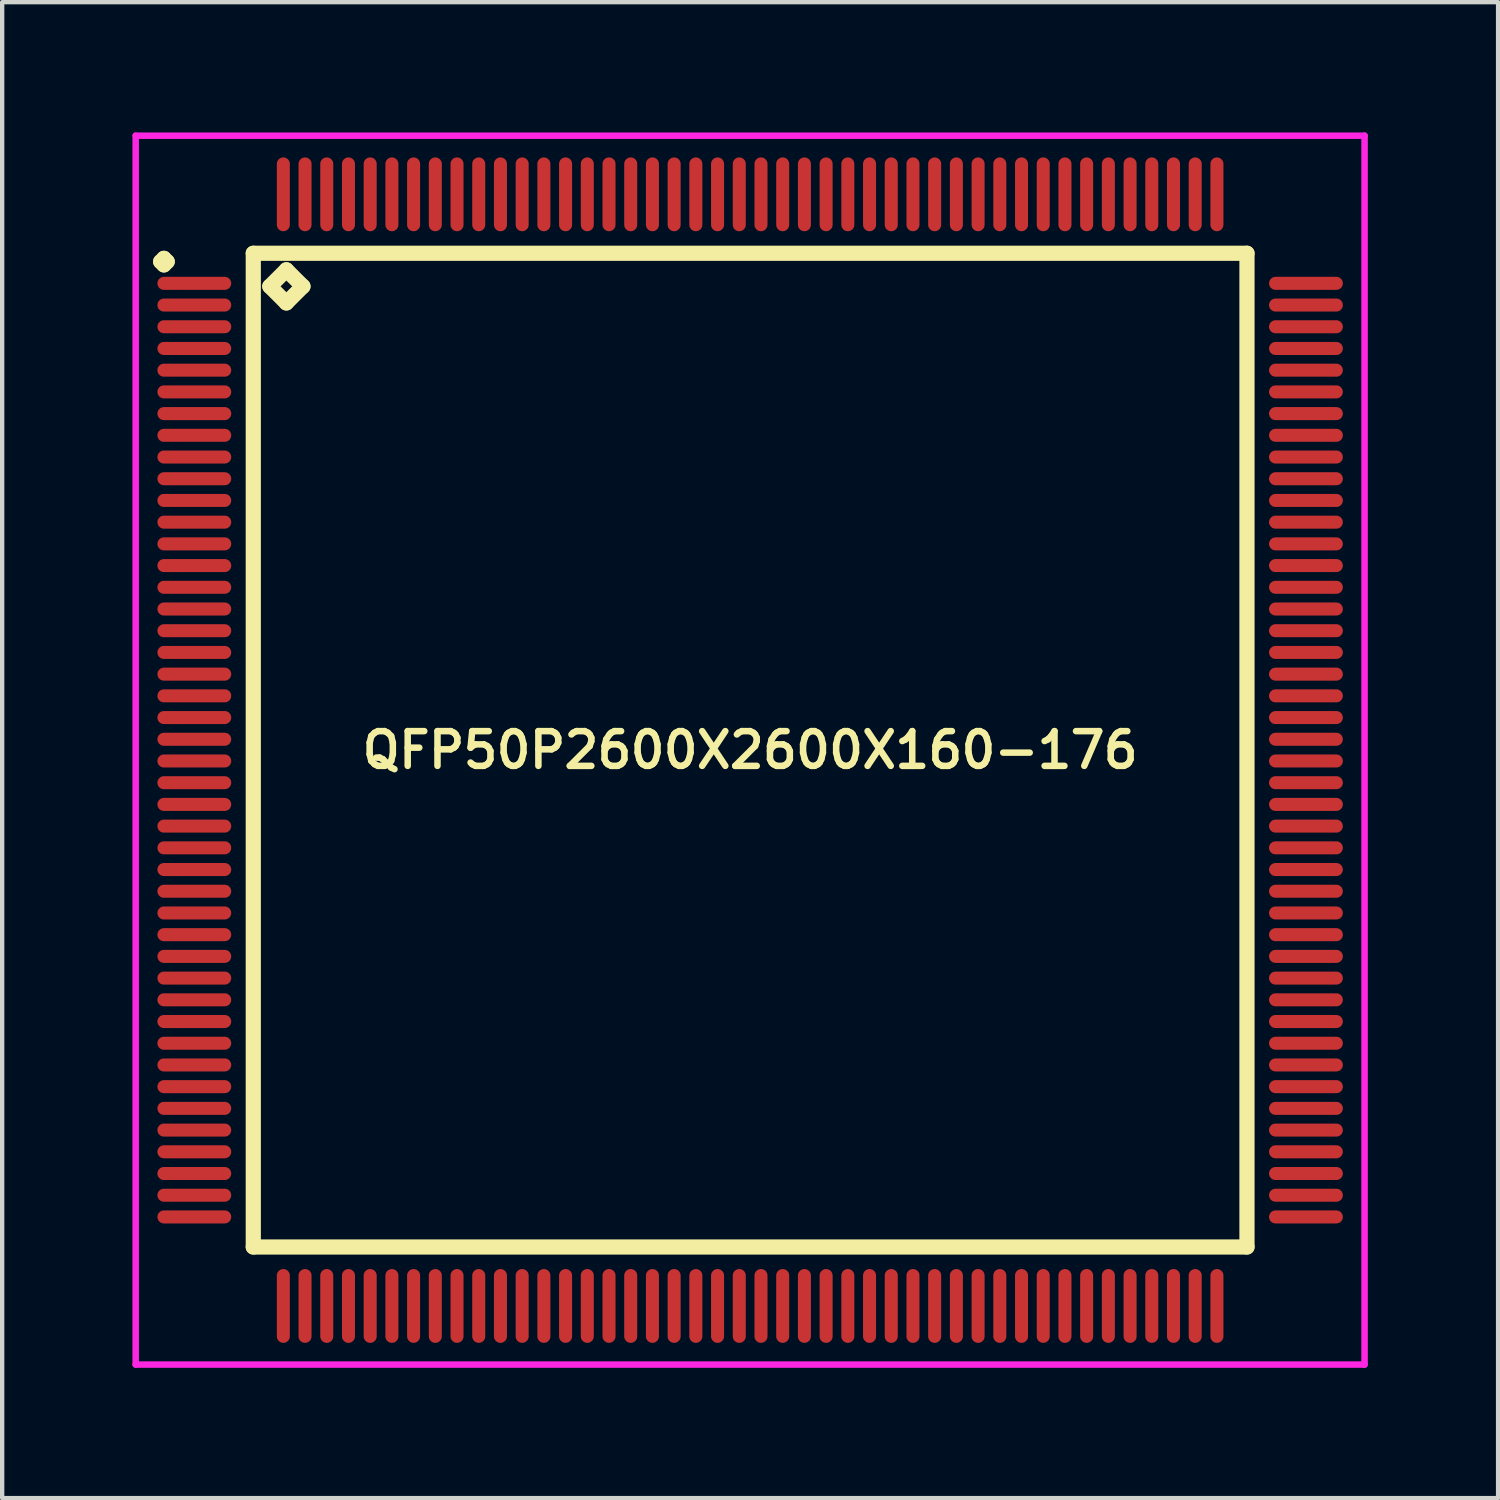
<source format=kicad_pcb>
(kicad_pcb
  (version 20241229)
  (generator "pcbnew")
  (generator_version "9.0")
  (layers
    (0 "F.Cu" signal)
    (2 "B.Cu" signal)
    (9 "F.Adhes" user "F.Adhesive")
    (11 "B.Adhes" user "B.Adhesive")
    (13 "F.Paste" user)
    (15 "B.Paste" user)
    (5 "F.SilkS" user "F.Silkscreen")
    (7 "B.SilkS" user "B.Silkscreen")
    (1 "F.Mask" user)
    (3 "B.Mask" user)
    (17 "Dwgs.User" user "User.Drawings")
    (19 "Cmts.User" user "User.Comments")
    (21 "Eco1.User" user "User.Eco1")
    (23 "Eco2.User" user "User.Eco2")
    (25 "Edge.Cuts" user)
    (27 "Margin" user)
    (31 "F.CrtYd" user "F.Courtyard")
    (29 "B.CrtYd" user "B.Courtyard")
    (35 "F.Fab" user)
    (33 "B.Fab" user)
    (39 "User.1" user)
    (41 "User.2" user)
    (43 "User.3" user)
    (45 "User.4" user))
  (footprint "QFP50P2600X2600X160-176"
    (layer "F.Cu")
    (at 14.225 14.225)
    (property "Reference" "QFP50P2600X2600X160-176" (at 0 0 0) (layer "F.SilkS") (effects (font (size 0.8 0.8) (thickness 0.15))))
    (attr smd)
    (fp_line (start -13.575 -11.25) (end -13.5 -11.325) (stroke (width 0.35) (type solid)) (layer "F.SilkS"))
    (fp_line (start -13.5 -11.325) (end -13.425 -11.25) (stroke (width 0.35) (type solid)) (layer "F.SilkS"))
    (fp_line (start -13.5 -11.175) (end -13.575 -11.25) (stroke (width 0.35) (type solid)) (layer "F.SilkS"))
    (fp_line (start -13.425 -11.25) (end -13.5 -11.175) (stroke (width 0.35) (type solid)) (layer "F.SilkS"))
    (fp_line (start -11.442 -11.442) (end -11.442 11.442) (stroke (width 0.35) (type solid)) (layer "F.SilkS"))
    (fp_line (start -11.442 11.442) (end 11.442 11.442) (stroke (width 0.35) (type solid)) (layer "F.SilkS"))
    (fp_line (start -11.061 -10.68) (end -10.68 -11.061) (stroke (width 0.35) (type solid)) (layer "F.SilkS"))
    (fp_line (start -10.68 -11.061) (end -10.299 -10.68) (stroke (width 0.35) (type solid)) (layer "F.SilkS"))
    (fp_line (start -10.68 -10.299) (end -11.061 -10.68) (stroke (width 0.35) (type solid)) (layer "F.SilkS"))
    (fp_line (start -10.299 -10.68) (end -10.68 -10.299) (stroke (width 0.35) (type solid)) (layer "F.SilkS"))
    (fp_line (start 11.442 -11.442) (end -11.442 -11.442) (stroke (width 0.35) (type solid)) (layer "F.SilkS"))
    (fp_line (start 11.442 11.442) (end 11.442 -11.442) (stroke (width 0.35) (type solid)) (layer "F.SilkS"))
    (fp_line (start -14.15 -14.15) (end 14.15 -14.15) (stroke (width 0.15) (type solid)) (layer "F.CrtYd"))
    (fp_line (start -14.15 14.15) (end -14.15 -14.15) (stroke (width 0.15) (type solid)) (layer "F.CrtYd"))
    (fp_line (start 14.15 -14.15) (end 14.15 14.15) (stroke (width 0.15) (type solid)) (layer "F.CrtYd"))
    (fp_line (start 14.15 14.15) (end -14.15 14.15) (stroke (width 0.15) (type solid)) (layer "F.CrtYd"))
    (pad "1" smd oval (at -12.8 -10.75) (size 1.7 0.3) (layers "F.Cu" "F.Mask" "F.Paste"))
    (pad "2" smd oval (at -12.8 -10.25) (size 1.7 0.3) (layers "F.Cu" "F.Mask" "F.Paste"))
    (pad "3" smd oval (at -12.8 -9.75) (size 1.7 0.3) (layers "F.Cu" "F.Mask" "F.Paste"))
    (pad "4" smd oval (at -12.8 -9.25) (size 1.7 0.3) (layers "F.Cu" "F.Mask" "F.Paste"))
    (pad "5" smd oval (at -12.8 -8.75) (size 1.7 0.3) (layers "F.Cu" "F.Mask" "F.Paste"))
    (pad "6" smd oval (at -12.8 -8.25) (size 1.7 0.3) (layers "F.Cu" "F.Mask" "F.Paste"))
    (pad "7" smd oval (at -12.8 -7.75) (size 1.7 0.3) (layers "F.Cu" "F.Mask" "F.Paste"))
    (pad "8" smd oval (at -12.8 -7.25) (size 1.7 0.3) (layers "F.Cu" "F.Mask" "F.Paste"))
    (pad "9" smd oval (at -12.8 -6.75) (size 1.7 0.3) (layers "F.Cu" "F.Mask" "F.Paste"))
    (pad "10" smd oval (at -12.8 -6.25) (size 1.7 0.3) (layers "F.Cu" "F.Mask" "F.Paste"))
    (pad "11" smd oval (at -12.8 -5.75) (size 1.7 0.3) (layers "F.Cu" "F.Mask" "F.Paste"))
    (pad "12" smd oval (at -12.8 -5.25) (size 1.7 0.3) (layers "F.Cu" "F.Mask" "F.Paste"))
    (pad "13" smd oval (at -12.8 -4.75) (size 1.7 0.3) (layers "F.Cu" "F.Mask" "F.Paste"))
    (pad "14" smd oval (at -12.8 -4.25) (size 1.7 0.3) (layers "F.Cu" "F.Mask" "F.Paste"))
    (pad "15" smd oval (at -12.8 -3.75) (size 1.7 0.3) (layers "F.Cu" "F.Mask" "F.Paste"))
    (pad "16" smd oval (at -12.8 -3.25) (size 1.7 0.3) (layers "F.Cu" "F.Mask" "F.Paste"))
    (pad "17" smd oval (at -12.8 -2.75) (size 1.7 0.3) (layers "F.Cu" "F.Mask" "F.Paste"))
    (pad "18" smd oval (at -12.8 -2.25) (size 1.7 0.3) (layers "F.Cu" "F.Mask" "F.Paste"))
    (pad "19" smd oval (at -12.8 -1.75) (size 1.7 0.3) (layers "F.Cu" "F.Mask" "F.Paste"))
    (pad "20" smd oval (at -12.8 -1.25) (size 1.7 0.3) (layers "F.Cu" "F.Mask" "F.Paste"))
    (pad "21" smd oval (at -12.8 -0.75) (size 1.7 0.3) (layers "F.Cu" "F.Mask" "F.Paste"))
    (pad "22" smd oval (at -12.8 -0.25) (size 1.7 0.3) (layers "F.Cu" "F.Mask" "F.Paste"))
    (pad "23" smd oval (at -12.8 0.25) (size 1.7 0.3) (layers "F.Cu" "F.Mask" "F.Paste"))
    (pad "24" smd oval (at -12.8 0.75) (size 1.7 0.3) (layers "F.Cu" "F.Mask" "F.Paste"))
    (pad "25" smd oval (at -12.8 1.25) (size 1.7 0.3) (layers "F.Cu" "F.Mask" "F.Paste"))
    (pad "26" smd oval (at -12.8 1.75) (size 1.7 0.3) (layers "F.Cu" "F.Mask" "F.Paste"))
    (pad "27" smd oval (at -12.8 2.25) (size 1.7 0.3) (layers "F.Cu" "F.Mask" "F.Paste"))
    (pad "28" smd oval (at -12.8 2.75) (size 1.7 0.3) (layers "F.Cu" "F.Mask" "F.Paste"))
    (pad "29" smd oval (at -12.8 3.25) (size 1.7 0.3) (layers "F.Cu" "F.Mask" "F.Paste"))
    (pad "30" smd oval (at -12.8 3.75) (size 1.7 0.3) (layers "F.Cu" "F.Mask" "F.Paste"))
    (pad "31" smd oval (at -12.8 4.25) (size 1.7 0.3) (layers "F.Cu" "F.Mask" "F.Paste"))
    (pad "32" smd oval (at -12.8 4.75) (size 1.7 0.3) (layers "F.Cu" "F.Mask" "F.Paste"))
    (pad "33" smd oval (at -12.8 5.25) (size 1.7 0.3) (layers "F.Cu" "F.Mask" "F.Paste"))
    (pad "34" smd oval (at -12.8 5.75) (size 1.7 0.3) (layers "F.Cu" "F.Mask" "F.Paste"))
    (pad "35" smd oval (at -12.8 6.25) (size 1.7 0.3) (layers "F.Cu" "F.Mask" "F.Paste"))
    (pad "36" smd oval (at -12.8 6.75) (size 1.7 0.3) (layers "F.Cu" "F.Mask" "F.Paste"))
    (pad "37" smd oval (at -12.8 7.25) (size 1.7 0.3) (layers "F.Cu" "F.Mask" "F.Paste"))
    (pad "38" smd oval (at -12.8 7.75) (size 1.7 0.3) (layers "F.Cu" "F.Mask" "F.Paste"))
    (pad "39" smd oval (at -12.8 8.25) (size 1.7 0.3) (layers "F.Cu" "F.Mask" "F.Paste"))
    (pad "40" smd oval (at -12.8 8.75) (size 1.7 0.3) (layers "F.Cu" "F.Mask" "F.Paste"))
    (pad "41" smd oval (at -12.8 9.25) (size 1.7 0.3) (layers "F.Cu" "F.Mask" "F.Paste"))
    (pad "42" smd oval (at -12.8 9.75) (size 1.7 0.3) (layers "F.Cu" "F.Mask" "F.Paste"))
    (pad "43" smd oval (at -12.8 10.25) (size 1.7 0.3) (layers "F.Cu" "F.Mask" "F.Paste"))
    (pad "44" smd oval (at -12.8 10.75) (size 1.7 0.3) (layers "F.Cu" "F.Mask" "F.Paste"))
    (pad "45" smd oval (at -10.75 12.8) (size 0.3 1.7) (layers "F.Cu" "F.Mask" "F.Paste"))
    (pad "46" smd oval (at -10.25 12.8) (size 0.3 1.7) (layers "F.Cu" "F.Mask" "F.Paste"))
    (pad "47" smd oval (at -9.75 12.8) (size 0.3 1.7) (layers "F.Cu" "F.Mask" "F.Paste"))
    (pad "48" smd oval (at -9.25 12.8) (size 0.3 1.7) (layers "F.Cu" "F.Mask" "F.Paste"))
    (pad "49" smd oval (at -8.75 12.8) (size 0.3 1.7) (layers "F.Cu" "F.Mask" "F.Paste"))
    (pad "50" smd oval (at -8.25 12.8) (size 0.3 1.7) (layers "F.Cu" "F.Mask" "F.Paste"))
    (pad "51" smd oval (at -7.75 12.8) (size 0.3 1.7) (layers "F.Cu" "F.Mask" "F.Paste"))
    (pad "52" smd oval (at -7.25 12.8) (size 0.3 1.7) (layers "F.Cu" "F.Mask" "F.Paste"))
    (pad "53" smd oval (at -6.75 12.8) (size 0.3 1.7) (layers "F.Cu" "F.Mask" "F.Paste"))
    (pad "54" smd oval (at -6.25 12.8) (size 0.3 1.7) (layers "F.Cu" "F.Mask" "F.Paste"))
    (pad "55" smd oval (at -5.75 12.8) (size 0.3 1.7) (layers "F.Cu" "F.Mask" "F.Paste"))
    (pad "56" smd oval (at -5.25 12.8) (size 0.3 1.7) (layers "F.Cu" "F.Mask" "F.Paste"))
    (pad "57" smd oval (at -4.75 12.8) (size 0.3 1.7) (layers "F.Cu" "F.Mask" "F.Paste"))
    (pad "58" smd oval (at -4.25 12.8) (size 0.3 1.7) (layers "F.Cu" "F.Mask" "F.Paste"))
    (pad "59" smd oval (at -3.75 12.8) (size 0.3 1.7) (layers "F.Cu" "F.Mask" "F.Paste"))
    (pad "60" smd oval (at -3.25 12.8) (size 0.3 1.7) (layers "F.Cu" "F.Mask" "F.Paste"))
    (pad "61" smd oval (at -2.75 12.8) (size 0.3 1.7) (layers "F.Cu" "F.Mask" "F.Paste"))
    (pad "62" smd oval (at -2.25 12.8) (size 0.3 1.7) (layers "F.Cu" "F.Mask" "F.Paste"))
    (pad "63" smd oval (at -1.75 12.8) (size 0.3 1.7) (layers "F.Cu" "F.Mask" "F.Paste"))
    (pad "64" smd oval (at -1.25 12.8) (size 0.3 1.7) (layers "F.Cu" "F.Mask" "F.Paste"))
    (pad "65" smd oval (at -0.75 12.8) (size 0.3 1.7) (layers "F.Cu" "F.Mask" "F.Paste"))
    (pad "66" smd oval (at -0.25 12.8) (size 0.3 1.7) (layers "F.Cu" "F.Mask" "F.Paste"))
    (pad "67" smd oval (at 0.25 12.8) (size 0.3 1.7) (layers "F.Cu" "F.Mask" "F.Paste"))
    (pad "68" smd oval (at 0.75 12.8) (size 0.3 1.7) (layers "F.Cu" "F.Mask" "F.Paste"))
    (pad "69" smd oval (at 1.25 12.8) (size 0.3 1.7) (layers "F.Cu" "F.Mask" "F.Paste"))
    (pad "70" smd oval (at 1.75 12.8) (size 0.3 1.7) (layers "F.Cu" "F.Mask" "F.Paste"))
    (pad "71" smd oval (at 2.25 12.8) (size 0.3 1.7) (layers "F.Cu" "F.Mask" "F.Paste"))
    (pad "72" smd oval (at 2.75 12.8) (size 0.3 1.7) (layers "F.Cu" "F.Mask" "F.Paste"))
    (pad "73" smd oval (at 3.25 12.8) (size 0.3 1.7) (layers "F.Cu" "F.Mask" "F.Paste"))
    (pad "74" smd oval (at 3.75 12.8) (size 0.3 1.7) (layers "F.Cu" "F.Mask" "F.Paste"))
    (pad "75" smd oval (at 4.25 12.8) (size 0.3 1.7) (layers "F.Cu" "F.Mask" "F.Paste"))
    (pad "76" smd oval (at 4.75 12.8) (size 0.3 1.7) (layers "F.Cu" "F.Mask" "F.Paste"))
    (pad "77" smd oval (at 5.25 12.8) (size 0.3 1.7) (layers "F.Cu" "F.Mask" "F.Paste"))
    (pad "78" smd oval (at 5.75 12.8) (size 0.3 1.7) (layers "F.Cu" "F.Mask" "F.Paste"))
    (pad "79" smd oval (at 6.25 12.8) (size 0.3 1.7) (layers "F.Cu" "F.Mask" "F.Paste"))
    (pad "80" smd oval (at 6.75 12.8) (size 0.3 1.7) (layers "F.Cu" "F.Mask" "F.Paste"))
    (pad "81" smd oval (at 7.25 12.8) (size 0.3 1.7) (layers "F.Cu" "F.Mask" "F.Paste"))
    (pad "82" smd oval (at 7.75 12.8) (size 0.3 1.7) (layers "F.Cu" "F.Mask" "F.Paste"))
    (pad "83" smd oval (at 8.25 12.8) (size 0.3 1.7) (layers "F.Cu" "F.Mask" "F.Paste"))
    (pad "84" smd oval (at 8.75 12.8) (size 0.3 1.7) (layers "F.Cu" "F.Mask" "F.Paste"))
    (pad "85" smd oval (at 9.25 12.8) (size 0.3 1.7) (layers "F.Cu" "F.Mask" "F.Paste"))
    (pad "86" smd oval (at 9.75 12.8) (size 0.3 1.7) (layers "F.Cu" "F.Mask" "F.Paste"))
    (pad "87" smd oval (at 10.25 12.8) (size 0.3 1.7) (layers "F.Cu" "F.Mask" "F.Paste"))
    (pad "88" smd oval (at 10.75 12.8) (size 0.3 1.7) (layers "F.Cu" "F.Mask" "F.Paste"))
    (pad "89" smd oval (at 12.8 10.75) (size 1.7 0.3) (layers "F.Cu" "F.Mask" "F.Paste"))
    (pad "90" smd oval (at 12.8 10.25) (size 1.7 0.3) (layers "F.Cu" "F.Mask" "F.Paste"))
    (pad "91" smd oval (at 12.8 9.75) (size 1.7 0.3) (layers "F.Cu" "F.Mask" "F.Paste"))
    (pad "92" smd oval (at 12.8 9.25) (size 1.7 0.3) (layers "F.Cu" "F.Mask" "F.Paste"))
    (pad "93" smd oval (at 12.8 8.75) (size 1.7 0.3) (layers "F.Cu" "F.Mask" "F.Paste"))
    (pad "94" smd oval (at 12.8 8.25) (size 1.7 0.3) (layers "F.Cu" "F.Mask" "F.Paste"))
    (pad "95" smd oval (at 12.8 7.75) (size 1.7 0.3) (layers "F.Cu" "F.Mask" "F.Paste"))
    (pad "96" smd oval (at 12.8 7.25) (size 1.7 0.3) (layers "F.Cu" "F.Mask" "F.Paste"))
    (pad "97" smd oval (at 12.8 6.75) (size 1.7 0.3) (layers "F.Cu" "F.Mask" "F.Paste"))
    (pad "98" smd oval (at 12.8 6.25) (size 1.7 0.3) (layers "F.Cu" "F.Mask" "F.Paste"))
    (pad "99" smd oval (at 12.8 5.75) (size 1.7 0.3) (layers "F.Cu" "F.Mask" "F.Paste"))
    (pad "100" smd oval (at 12.8 5.25) (size 1.7 0.3) (layers "F.Cu" "F.Mask" "F.Paste"))
    (pad "101" smd oval (at 12.8 4.75) (size 1.7 0.3) (layers "F.Cu" "F.Mask" "F.Paste"))
    (pad "102" smd oval (at 12.8 4.25) (size 1.7 0.3) (layers "F.Cu" "F.Mask" "F.Paste"))
    (pad "103" smd oval (at 12.8 3.75) (size 1.7 0.3) (layers "F.Cu" "F.Mask" "F.Paste"))
    (pad "104" smd oval (at 12.8 3.25) (size 1.7 0.3) (layers "F.Cu" "F.Mask" "F.Paste"))
    (pad "105" smd oval (at 12.8 2.75) (size 1.7 0.3) (layers "F.Cu" "F.Mask" "F.Paste"))
    (pad "106" smd oval (at 12.8 2.25) (size 1.7 0.3) (layers "F.Cu" "F.Mask" "F.Paste"))
    (pad "107" smd oval (at 12.8 1.75) (size 1.7 0.3) (layers "F.Cu" "F.Mask" "F.Paste"))
    (pad "108" smd oval (at 12.8 1.25) (size 1.7 0.3) (layers "F.Cu" "F.Mask" "F.Paste"))
    (pad "109" smd oval (at 12.8 0.75) (size 1.7 0.3) (layers "F.Cu" "F.Mask" "F.Paste"))
    (pad "110" smd oval (at 12.8 0.25) (size 1.7 0.3) (layers "F.Cu" "F.Mask" "F.Paste"))
    (pad "111" smd oval (at 12.8 -0.25) (size 1.7 0.3) (layers "F.Cu" "F.Mask" "F.Paste"))
    (pad "112" smd oval (at 12.8 -0.75) (size 1.7 0.3) (layers "F.Cu" "F.Mask" "F.Paste"))
    (pad "113" smd oval (at 12.8 -1.25) (size 1.7 0.3) (layers "F.Cu" "F.Mask" "F.Paste"))
    (pad "114" smd oval (at 12.8 -1.75) (size 1.7 0.3) (layers "F.Cu" "F.Mask" "F.Paste"))
    (pad "115" smd oval (at 12.8 -2.25) (size 1.7 0.3) (layers "F.Cu" "F.Mask" "F.Paste"))
    (pad "116" smd oval (at 12.8 -2.75) (size 1.7 0.3) (layers "F.Cu" "F.Mask" "F.Paste"))
    (pad "117" smd oval (at 12.8 -3.25) (size 1.7 0.3) (layers "F.Cu" "F.Mask" "F.Paste"))
    (pad "118" smd oval (at 12.8 -3.75) (size 1.7 0.3) (layers "F.Cu" "F.Mask" "F.Paste"))
    (pad "119" smd oval (at 12.8 -4.25) (size 1.7 0.3) (layers "F.Cu" "F.Mask" "F.Paste"))
    (pad "120" smd oval (at 12.8 -4.75) (size 1.7 0.3) (layers "F.Cu" "F.Mask" "F.Paste"))
    (pad "121" smd oval (at 12.8 -5.25) (size 1.7 0.3) (layers "F.Cu" "F.Mask" "F.Paste"))
    (pad "122" smd oval (at 12.8 -5.75) (size 1.7 0.3) (layers "F.Cu" "F.Mask" "F.Paste"))
    (pad "123" smd oval (at 12.8 -6.25) (size 1.7 0.3) (layers "F.Cu" "F.Mask" "F.Paste"))
    (pad "124" smd oval (at 12.8 -6.75) (size 1.7 0.3) (layers "F.Cu" "F.Mask" "F.Paste"))
    (pad "125" smd oval (at 12.8 -7.25) (size 1.7 0.3) (layers "F.Cu" "F.Mask" "F.Paste"))
    (pad "126" smd oval (at 12.8 -7.75) (size 1.7 0.3) (layers "F.Cu" "F.Mask" "F.Paste"))
    (pad "127" smd oval (at 12.8 -8.25) (size 1.7 0.3) (layers "F.Cu" "F.Mask" "F.Paste"))
    (pad "128" smd oval (at 12.8 -8.75) (size 1.7 0.3) (layers "F.Cu" "F.Mask" "F.Paste"))
    (pad "129" smd oval (at 12.8 -9.25) (size 1.7 0.3) (layers "F.Cu" "F.Mask" "F.Paste"))
    (pad "130" smd oval (at 12.8 -9.75) (size 1.7 0.3) (layers "F.Cu" "F.Mask" "F.Paste"))
    (pad "131" smd oval (at 12.8 -10.25) (size 1.7 0.3) (layers "F.Cu" "F.Mask" "F.Paste"))
    (pad "132" smd oval (at 12.8 -10.75) (size 1.7 0.3) (layers "F.Cu" "F.Mask" "F.Paste"))
    (pad "133" smd oval (at 10.75 -12.8) (size 0.3 1.7) (layers "F.Cu" "F.Mask" "F.Paste"))
    (pad "134" smd oval (at 10.25 -12.8) (size 0.3 1.7) (layers "F.Cu" "F.Mask" "F.Paste"))
    (pad "135" smd oval (at 9.75 -12.8) (size 0.3 1.7) (layers "F.Cu" "F.Mask" "F.Paste"))
    (pad "136" smd oval (at 9.25 -12.8) (size 0.3 1.7) (layers "F.Cu" "F.Mask" "F.Paste"))
    (pad "137" smd oval (at 8.75 -12.8) (size 0.3 1.7) (layers "F.Cu" "F.Mask" "F.Paste"))
    (pad "138" smd oval (at 8.25 -12.8) (size 0.3 1.7) (layers "F.Cu" "F.Mask" "F.Paste"))
    (pad "139" smd oval (at 7.75 -12.8) (size 0.3 1.7) (layers "F.Cu" "F.Mask" "F.Paste"))
    (pad "140" smd oval (at 7.25 -12.8) (size 0.3 1.7) (layers "F.Cu" "F.Mask" "F.Paste"))
    (pad "141" smd oval (at 6.75 -12.8) (size 0.3 1.7) (layers "F.Cu" "F.Mask" "F.Paste"))
    (pad "142" smd oval (at 6.25 -12.8) (size 0.3 1.7) (layers "F.Cu" "F.Mask" "F.Paste"))
    (pad "143" smd oval (at 5.75 -12.8) (size 0.3 1.7) (layers "F.Cu" "F.Mask" "F.Paste"))
    (pad "144" smd oval (at 5.25 -12.8) (size 0.3 1.7) (layers "F.Cu" "F.Mask" "F.Paste"))
    (pad "145" smd oval (at 4.75 -12.8) (size 0.3 1.7) (layers "F.Cu" "F.Mask" "F.Paste"))
    (pad "146" smd oval (at 4.25 -12.8) (size 0.3 1.7) (layers "F.Cu" "F.Mask" "F.Paste"))
    (pad "147" smd oval (at 3.75 -12.8) (size 0.3 1.7) (layers "F.Cu" "F.Mask" "F.Paste"))
    (pad "148" smd oval (at 3.25 -12.8) (size 0.3 1.7) (layers "F.Cu" "F.Mask" "F.Paste"))
    (pad "149" smd oval (at 2.75 -12.8) (size 0.3 1.7) (layers "F.Cu" "F.Mask" "F.Paste"))
    (pad "150" smd oval (at 2.25 -12.8) (size 0.3 1.7) (layers "F.Cu" "F.Mask" "F.Paste"))
    (pad "151" smd oval (at 1.75 -12.8) (size 0.3 1.7) (layers "F.Cu" "F.Mask" "F.Paste"))
    (pad "152" smd oval (at 1.25 -12.8) (size 0.3 1.7) (layers "F.Cu" "F.Mask" "F.Paste"))
    (pad "153" smd oval (at 0.75 -12.8) (size 0.3 1.7) (layers "F.Cu" "F.Mask" "F.Paste"))
    (pad "154" smd oval (at 0.25 -12.8) (size 0.3 1.7) (layers "F.Cu" "F.Mask" "F.Paste"))
    (pad "155" smd oval (at -0.25 -12.8) (size 0.3 1.7) (layers "F.Cu" "F.Mask" "F.Paste"))
    (pad "156" smd oval (at -0.75 -12.8) (size 0.3 1.7) (layers "F.Cu" "F.Mask" "F.Paste"))
    (pad "157" smd oval (at -1.25 -12.8) (size 0.3 1.7) (layers "F.Cu" "F.Mask" "F.Paste"))
    (pad "158" smd oval (at -1.75 -12.8) (size 0.3 1.7) (layers "F.Cu" "F.Mask" "F.Paste"))
    (pad "159" smd oval (at -2.25 -12.8) (size 0.3 1.7) (layers "F.Cu" "F.Mask" "F.Paste"))
    (pad "160" smd oval (at -2.75 -12.8) (size 0.3 1.7) (layers "F.Cu" "F.Mask" "F.Paste"))
    (pad "161" smd oval (at -3.25 -12.8) (size 0.3 1.7) (layers "F.Cu" "F.Mask" "F.Paste"))
    (pad "162" smd oval (at -3.75 -12.8) (size 0.3 1.7) (layers "F.Cu" "F.Mask" "F.Paste"))
    (pad "163" smd oval (at -4.25 -12.8) (size 0.3 1.7) (layers "F.Cu" "F.Mask" "F.Paste"))
    (pad "164" smd oval (at -4.75 -12.8) (size 0.3 1.7) (layers "F.Cu" "F.Mask" "F.Paste"))
    (pad "165" smd oval (at -5.25 -12.8) (size 0.3 1.7) (layers "F.Cu" "F.Mask" "F.Paste"))
    (pad "166" smd oval (at -5.75 -12.8) (size 0.3 1.7) (layers "F.Cu" "F.Mask" "F.Paste"))
    (pad "167" smd oval (at -6.25 -12.8) (size 0.3 1.7) (layers "F.Cu" "F.Mask" "F.Paste"))
    (pad "168" smd oval (at -6.75 -12.8) (size 0.3 1.7) (layers "F.Cu" "F.Mask" "F.Paste"))
    (pad "169" smd oval (at -7.25 -12.8) (size 0.3 1.7) (layers "F.Cu" "F.Mask" "F.Paste"))
    (pad "170" smd oval (at -7.75 -12.8) (size 0.3 1.7) (layers "F.Cu" "F.Mask" "F.Paste"))
    (pad "171" smd oval (at -8.25 -12.8) (size 0.3 1.7) (layers "F.Cu" "F.Mask" "F.Paste"))
    (pad "172" smd oval (at -8.75 -12.8) (size 0.3 1.7) (layers "F.Cu" "F.Mask" "F.Paste"))
    (pad "173" smd oval (at -9.25 -12.8) (size 0.3 1.7) (layers "F.Cu" "F.Mask" "F.Paste"))
    (pad "174" smd oval (at -9.75 -12.8) (size 0.3 1.7) (layers "F.Cu" "F.Mask" "F.Paste"))
    (pad "175" smd oval (at -10.25 -12.8) (size 0.3 1.7) (layers "F.Cu" "F.Mask" "F.Paste"))
    (pad "176" smd oval (at -10.75 -12.8) (size 0.3 1.7) (layers "F.Cu" "F.Mask" "F.Paste")))
  (gr_rect
    (start -3 -3)
    (end 31.45 31.45)
    (stroke (width 0.1) (type default))
    (fill no)
    (layer "Edge.Cuts")))
</source>
